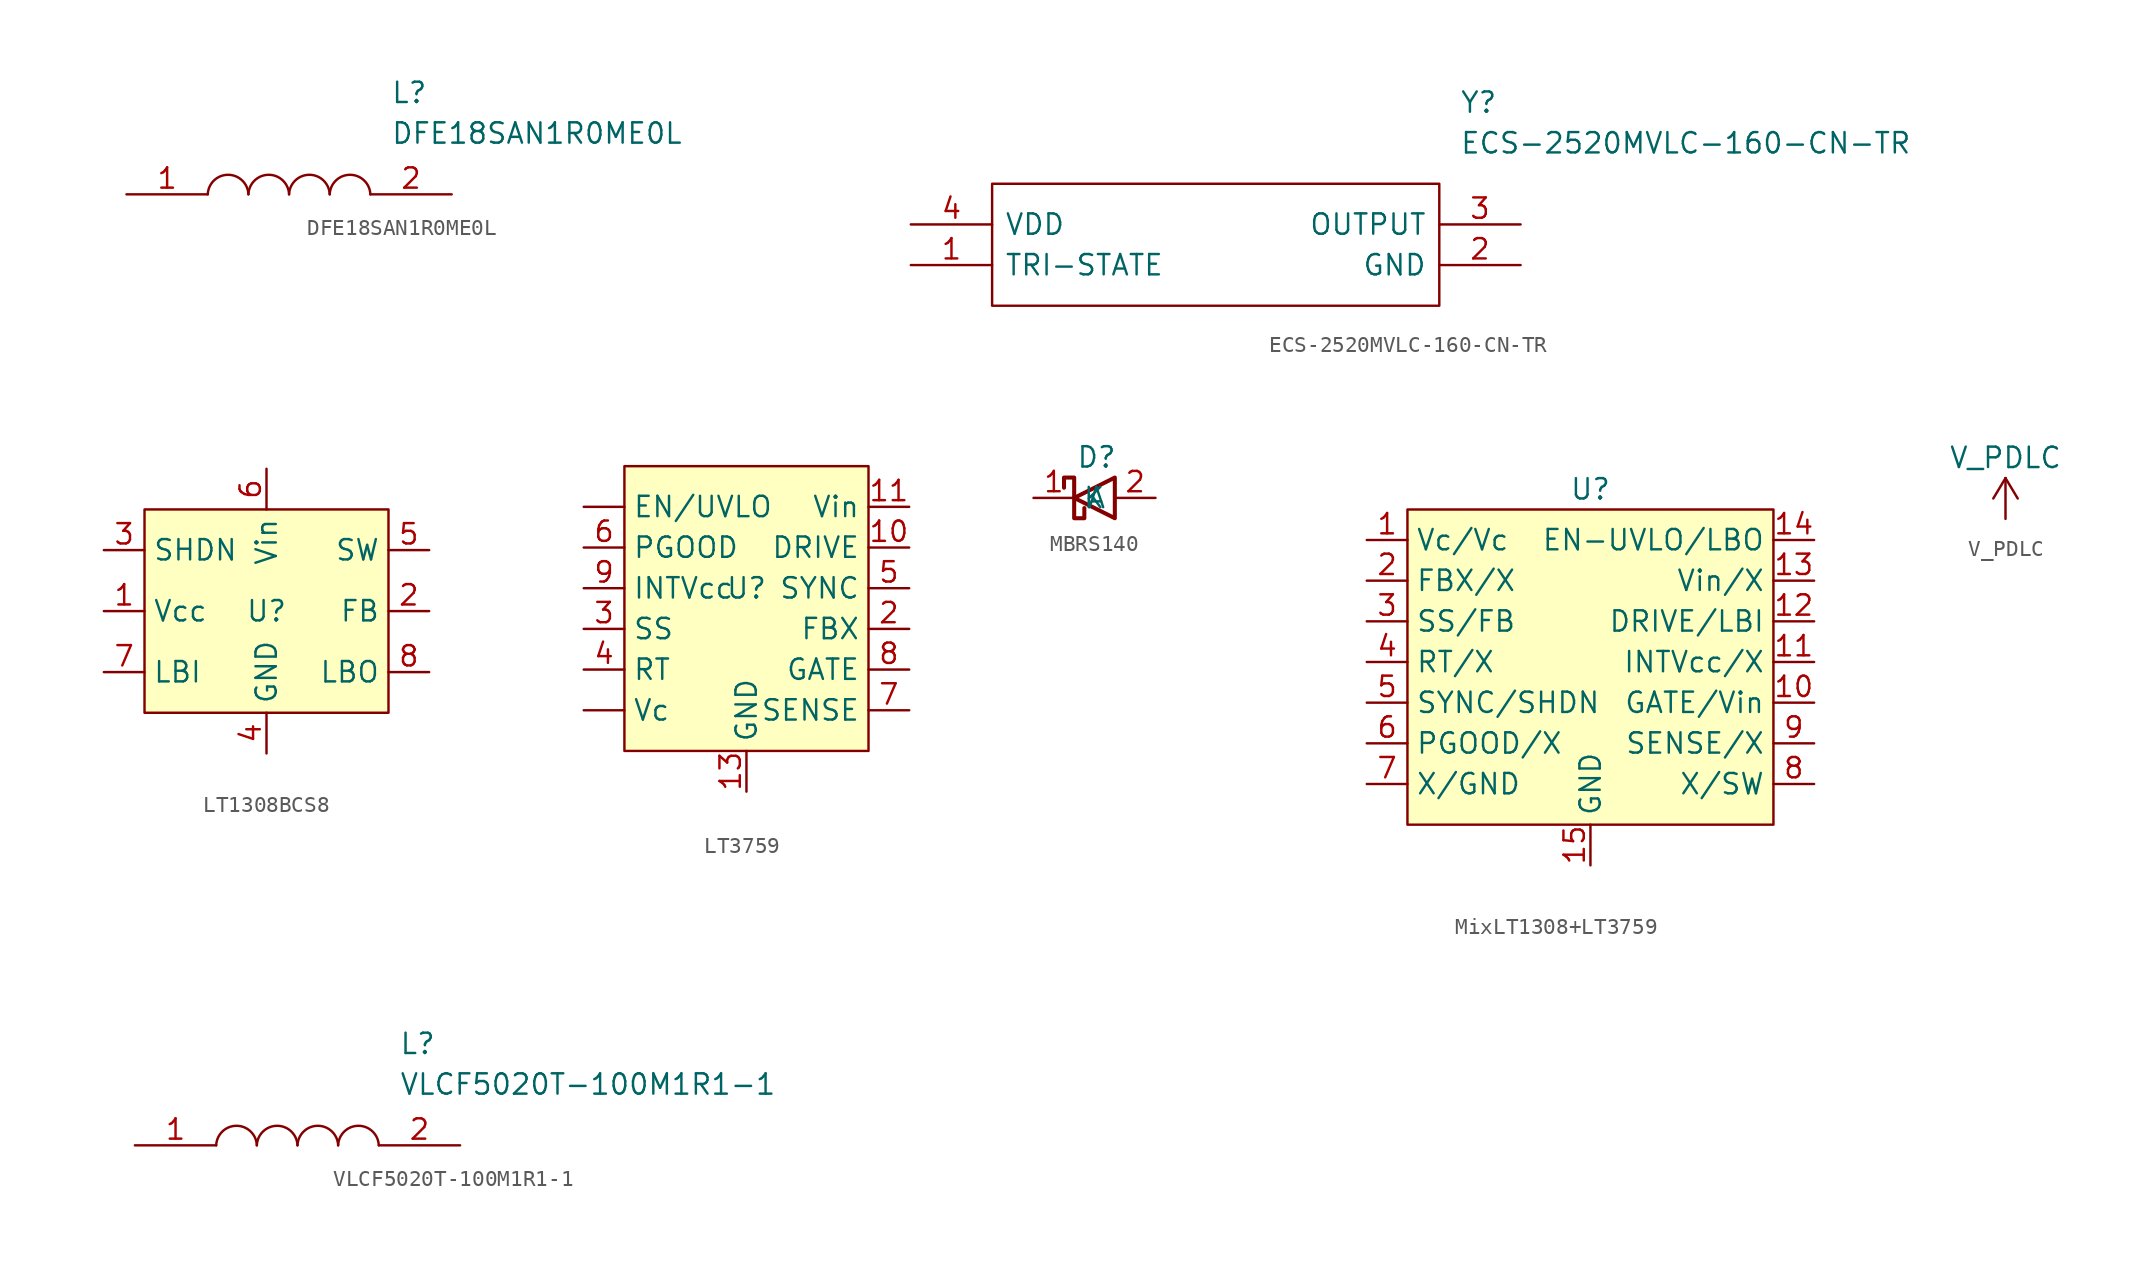
<source format=kicad_sym>
(kicad_symbol_lib
  (version 20220914)
  (generator kicad_symbol_editor)
  (symbol "DFE18SAN1R0ME0L"
    (pin_names
      (offset 0.762))
    (property "Reference" "L"
      (at 16.51 6.35 0)
      (effects (font (size 1.27 1.27)) (justify left)))
    (property "Value" "DFE18SAN1R0ME0L"
      (at 16.51 3.81 0)
      (effects (font (size 1.27 1.27)) (justify left)))
    (symbol "DFE18SAN1R0ME0L_0_0"
      (pin passive line (at 0 0 0) (length 5.08) (name "~" (effects (font (size 1.27 1.27)))) (number "1" (effects (font (size 1.27 1.27)))))
      (pin passive line (at 20.32 0 180) (length 5.08) (name "~" (effects (font (size 1.27 1.27)))) (number "2" (effects (font (size 1.27 1.27))))))
    (symbol "DFE18SAN1R0ME0L_0_1"
      (arc (start 7.62 0) (mid 6.35 1.2202) (end 5.08 0) (stroke (width 0.1524) (type solid)) (fill (type none)))
      (arc (start 10.16 0) (mid 8.89 1.2202) (end 7.62 0) (stroke (width 0.1524) (type solid)) (fill (type none)))
      (arc (start 12.7 0) (mid 11.43 1.2202) (end 10.16 0) (stroke (width 0.1524) (type solid)) (fill (type none)))
      (arc (start 15.24 0) (mid 13.97 1.2202) (end 12.7 0) (stroke (width 0.1524) (type solid)) (fill (type none)))))
  (symbol "ECS-2520MVLC-160-CN-TR"
    (pin_names
      (offset 0.762))
    (property "Reference" "Y"
      (at 34.29 7.62 0)
      (effects (font (size 1.27 1.27)) (justify left)))
    (property "Value" "ECS-2520MVLC-160-CN-TR"
      (at 34.29 5.08 0)
      (effects (font (size 1.27 1.27)) (justify left)))
    (symbol "ECS-2520MVLC-160-CN-TR_0_0"
      (pin passive line (at 0 -2.54 0) (length 5.08) (name "TRI-STATE" (effects (font (size 1.27 1.27)))) (number "1" (effects (font (size 1.27 1.27)))))
      (pin passive line (at 38.1 -2.54 180) (length 5.08) (name "GND" (effects (font (size 1.27 1.27)))) (number "2" (effects (font (size 1.27 1.27)))))
      (pin passive line (at 38.1 0 180) (length 5.08) (name "OUTPUT" (effects (font (size 1.27 1.27)))) (number "3" (effects (font (size 1.27 1.27)))))
      (pin passive line (at 0 0 0) (length 5.08) (name "VDD" (effects (font (size 1.27 1.27)))) (number "4" (effects (font (size 1.27 1.27))))))
    (symbol "ECS-2520MVLC-160-CN-TR_0_1"
      (polyline (pts (xy 5.08 2.54) (xy 33.02 2.54) (xy 33.02 -5.08) (xy 5.08 -5.08) (xy 5.08 2.54)) (stroke (width 0.152) (type solid)) (fill (type none)))))
  (symbol "LT1308BCS8"
    (property "Reference" "U"
      (at 10.16 -6.35 0)
      (effects (font (size 1.27 1.27))))
    (property "Value" ""
      (at 0 0 0)
      (effects (font (size 1.27 1.27))))
    (symbol "LT1308BCS8_1_1"
      (rectangle (start 2.54 0) (end 17.78 -12.7) (stroke (width 0) (type default)) (fill (type background)))
      (pin input line (at 0 -6.35 0) (length 2.54) (name "Vcc" (effects (font (size 1.27 1.27)))) (number "1" (effects (font (size 1.27 1.27)))))
      (pin input line (at 20.32 -6.35 180) (length 2.54) (name "FB" (effects (font (size 1.27 1.27)))) (number "2" (effects (font (size 1.27 1.27)))))
      (pin input line (at 0 -2.54 0) (length 2.54) (name "SHDN" (effects (font (size 1.27 1.27)))) (number "3" (effects (font (size 1.27 1.27)))))
      (pin input line (at 10.16 -15.24 90) (length 2.54) (name "GND" (effects (font (size 1.27 1.27)))) (number "4" (effects (font (size 1.27 1.27)))))
      (pin output line (at 20.32 -2.54 180) (length 2.54) (name "SW" (effects (font (size 1.27 1.27)))) (number "5" (effects (font (size 1.27 1.27)))))
      (pin input line (at 10.16 2.54 270) (length 2.54) (name "Vin" (effects (font (size 1.27 1.27)))) (number "6" (effects (font (size 1.27 1.27)))))
      (pin input line (at 0 -10.16 0) (length 2.54) (name "LBI" (effects (font (size 1.27 1.27)))) (number "7" (effects (font (size 1.27 1.27)))))
      (pin output line (at 20.32 -10.16 180) (length 2.54) (name "LBO" (effects (font (size 1.27 1.27)))) (number "8" (effects (font (size 1.27 1.27)))))))
  (symbol "LT3759"
    (property "Reference" "U"
      (at 10.16 -10.16 0)
      (effects (font (size 1.27 1.27))))
    (property "Value" ""
      (at -0.762 -16.383 0)
      (effects (font (size 1.27 1.27))))
    (symbol "LT3759_1_1"
      (rectangle (start 2.54 -2.54) (end 17.78 -20.32) (stroke (width 0) (type default)) (fill (type background)))
      (pin input line (at 0 -5.08 0) (length 2.54) (name "EN/UVLO" (effects (font (size 1.27 1.27)))) (number "" (effects (font (size 1.27 1.27)))))
      (pin output line (at 0 -17.78 0) (length 2.54) (name "Vc" (effects (font (size 1.27 1.27)))) (number "" (effects (font (size 1.27 1.27)))))
      (pin input line (at 20.32 -7.62 180) (length 2.54) (name "DRIVE" (effects (font (size 1.27 1.27)))) (number "10" (effects (font (size 1.27 1.27)))))
      (pin input line (at 20.32 -5.08 180) (length 2.54) (name "Vin" (effects (font (size 1.27 1.27)))) (number "11" (effects (font (size 1.27 1.27)))))
      (pin input line (at 10.16 -22.86 90) (length 2.54) (name "GND" (effects (font (size 1.27 1.27)))) (number "13" (effects (font (size 1.27 1.27)))))
      (pin input line (at 20.32 -12.7 180) (length 2.54) (name "FBX" (effects (font (size 1.27 1.27)))) (number "2" (effects (font (size 1.27 1.27)))))
      (pin input line (at 0 -12.7 0) (length 2.54) (name "SS" (effects (font (size 1.27 1.27)))) (number "3" (effects (font (size 1.27 1.27)))))
      (pin input line (at 0 -15.24 0) (length 2.54) (name "RT" (effects (font (size 1.27 1.27)))) (number "4" (effects (font (size 1.27 1.27)))))
      (pin input line (at 20.32 -10.16 180) (length 2.54) (name "SYNC" (effects (font (size 1.27 1.27)))) (number "5" (effects (font (size 1.27 1.27)))))
      (pin input line (at 0 -7.62 0) (length 2.54) (name "PGOOD" (effects (font (size 1.27 1.27)))) (number "6" (effects (font (size 1.27 1.27)))))
      (pin input line (at 20.32 -17.78 180) (length 2.54) (name "SENSE" (effects (font (size 1.27 1.27)))) (number "7" (effects (font (size 1.27 1.27)))))
      (pin input line (at 20.32 -15.24 180) (length 2.54) (name "GATE" (effects (font (size 1.27 1.27)))) (number "8" (effects (font (size 1.27 1.27)))))
      (pin input line (at 0 -10.16 0) (length 2.54) (name "INTVcc" (effects (font (size 1.27 1.27)))) (number "9" (effects (font (size 1.27 1.27)))))))
  (symbol "MBRS140"
    (property "Reference" "D"
      (at 3.937 0.635 0)
      (effects (font (size 1.27 1.27))))
    (property "Value" ""
      (at 0 0 0)
      (effects (font (size 1.27 1.27))))
    (symbol "MBRS140_0_1"
      (polyline (pts (xy 5.08 -0.635) (xy 5.08 -3.175) (xy 2.54 -1.905) (xy 5.08 -0.635)) (stroke (width 0.254) (type default)) (fill (type none)))
      (polyline (pts (xy 1.905 -1.27) (xy 1.905 -0.635) (xy 2.54 -0.635) (xy 2.54 -3.175) (xy 3.175 -3.175) (xy 3.175 -2.54)) (stroke (width 0.254) (type default)) (fill (type none))))
    (symbol "MBRS140_1_1"
      (pin passive line (at 0 -1.905 0) (length 2.54) (name "K" (effects (font (size 1.27 1.27)))) (number "1" (effects (font (size 1.27 1.27)))))
      (pin passive line (at 7.62 -1.905 180) (length 2.54) (name "A" (effects (font (size 1.27 1.27)))) (number "2" (effects (font (size 1.27 1.27)))))))
  (symbol "MixLT1308+LT3759"
    (property "Reference" "U"
      (at 18.415 1.27 0)
      (effects (font (size 1.27 1.27))))
    (property "Value" ""
      (at 0 0 0)
      (effects (font (size 1.27 1.27))))
    (symbol "MixLT1308+LT3759_1_1"
      (rectangle (start 6.985 0) (end 29.845 -19.685) (stroke (width 0) (type default)) (fill (type background)))
      (pin output line (at 4.445 -1.905 0) (length 2.54) (name "Vc/Vc" (effects (font (size 1.27 1.27)))) (number "1" (effects (font (size 1.27 1.27)))))
      (pin input line (at 32.385 -12.065 180) (length 2.54) (name "GATE/Vin" (effects (font (size 1.27 1.27)))) (number "10" (effects (font (size 1.27 1.27)))))
      (pin input line (at 32.385 -9.525 180) (length 2.54) (name "INTVcc/X" (effects (font (size 1.27 1.27)))) (number "11" (effects (font (size 1.27 1.27)))))
      (pin input line (at 32.385 -6.985 180) (length 2.54) (name "DRIVE/LBI" (effects (font (size 1.27 1.27)))) (number "12" (effects (font (size 1.27 1.27)))))
      (pin input line (at 32.385 -4.445 180) (length 2.54) (name "Vin/X" (effects (font (size 1.27 1.27)))) (number "13" (effects (font (size 1.27 1.27)))))
      (pin input line (at 32.385 -1.905 180) (length 2.54) (name "EN-UVLO/LBO" (effects (font (size 1.27 1.27)))) (number "14" (effects (font (size 1.27 1.27)))))
      (pin input line (at 18.415 -22.225 90) (length 2.54) (name "GND" (effects (font (size 1.27 1.27)))) (number "15" (effects (font (size 1.27 1.27)))))
      (pin input line (at 4.445 -4.445 0) (length 2.54) (name "FBX/X" (effects (font (size 1.27 1.27)))) (number "2" (effects (font (size 1.27 1.27)))))
      (pin input line (at 4.445 -6.985 0) (length 2.54) (name "SS/FB" (effects (font (size 1.27 1.27)))) (number "3" (effects (font (size 1.27 1.27)))))
      (pin input line (at 4.445 -9.525 0) (length 2.54) (name "RT/X" (effects (font (size 1.27 1.27)))) (number "4" (effects (font (size 1.27 1.27)))))
      (pin input line (at 4.445 -12.065 0) (length 2.54) (name "SYNC/SHDN" (effects (font (size 1.27 1.27)))) (number "5" (effects (font (size 1.27 1.27)))))
      (pin input line (at 4.445 -14.605 0) (length 2.54) (name "PGOOD/X" (effects (font (size 1.27 1.27)))) (number "6" (effects (font (size 1.27 1.27)))))
      (pin input line (at 4.445 -17.145 0) (length 2.54) (name "X/GND" (effects (font (size 1.27 1.27)))) (number "7" (effects (font (size 1.27 1.27)))))
      (pin input line (at 32.385 -17.145 180) (length 2.54) (name "X/SW" (effects (font (size 1.27 1.27)))) (number "8" (effects (font (size 1.27 1.27)))))
      (pin input line (at 32.385 -14.605 180) (length 2.54) (name "SENSE/X" (effects (font (size 1.27 1.27)))) (number "9" (effects (font (size 1.27 1.27)))))))
  (symbol "V_PDLC"
    (power)
    (pin_names
      (offset 0))
    (property "Reference" "#PWR"
      (at 0 -3.81 0)
      (effects (font (size 1.27 1.27)) hide))
    (property "Value" "V_PDLC"
      (at 0 3.81 0)
      (effects (font (size 1.27 1.27))))
    (symbol "V_PDLC_0_1"
      (polyline (pts (xy -0.762 1.27) (xy 0 2.54)) (stroke (width 0) (type default)) (fill (type none)))
      (polyline (pts (xy 0 0) (xy 0 2.54)) (stroke (width 0) (type default)) (fill (type none)))
      (polyline (pts (xy 0 2.54) (xy 0.762 1.27)) (stroke (width 0) (type default)) (fill (type none))))
    (symbol "V_PDLC_1_1"
      (pin power_in line (at 0 0 90) (length 0) hide (name "VCC" (effects (font (size 1.27 1.27)))) (number "1" (effects (font (size 1.27 1.27)))))))
  (symbol "VLCF5020T-100M1R1-1"
    (pin_names
      (offset 0.762))
    (property "Reference" "L"
      (at 16.51 6.35 0)
      (effects (font (size 1.27 1.27)) (justify left)))
    (property "Value" "VLCF5020T-100M1R1-1"
      (at 16.51 3.81 0)
      (effects (font (size 1.27 1.27)) (justify left)))
    (symbol "VLCF5020T-100M1R1-1_0_0"
      (pin passive line (at 0 0 0) (length 5.08) (name "~" (effects (font (size 1.27 1.27)))) (number "1" (effects (font (size 1.27 1.27)))))
      (pin passive line (at 20.32 0 180) (length 5.08) (name "~" (effects (font (size 1.27 1.27)))) (number "2" (effects (font (size 1.27 1.27))))))
    (symbol "VLCF5020T-100M1R1-1_0_1"
      (arc (start 7.62 0) (mid 6.35 1.2202) (end 5.08 0) (stroke (width 0.1524) (type solid)) (fill (type none)))
      (arc (start 10.16 0) (mid 8.89 1.2202) (end 7.62 0) (stroke (width 0.1524) (type solid)) (fill (type none)))
      (arc (start 12.7 0) (mid 11.43 1.2202) (end 10.16 0) (stroke (width 0.1524) (type solid)) (fill (type none)))
      (arc (start 15.24 0) (mid 13.97 1.2202) (end 12.7 0) (stroke (width 0.1524) (type solid)) (fill (type none))))))
</source>
